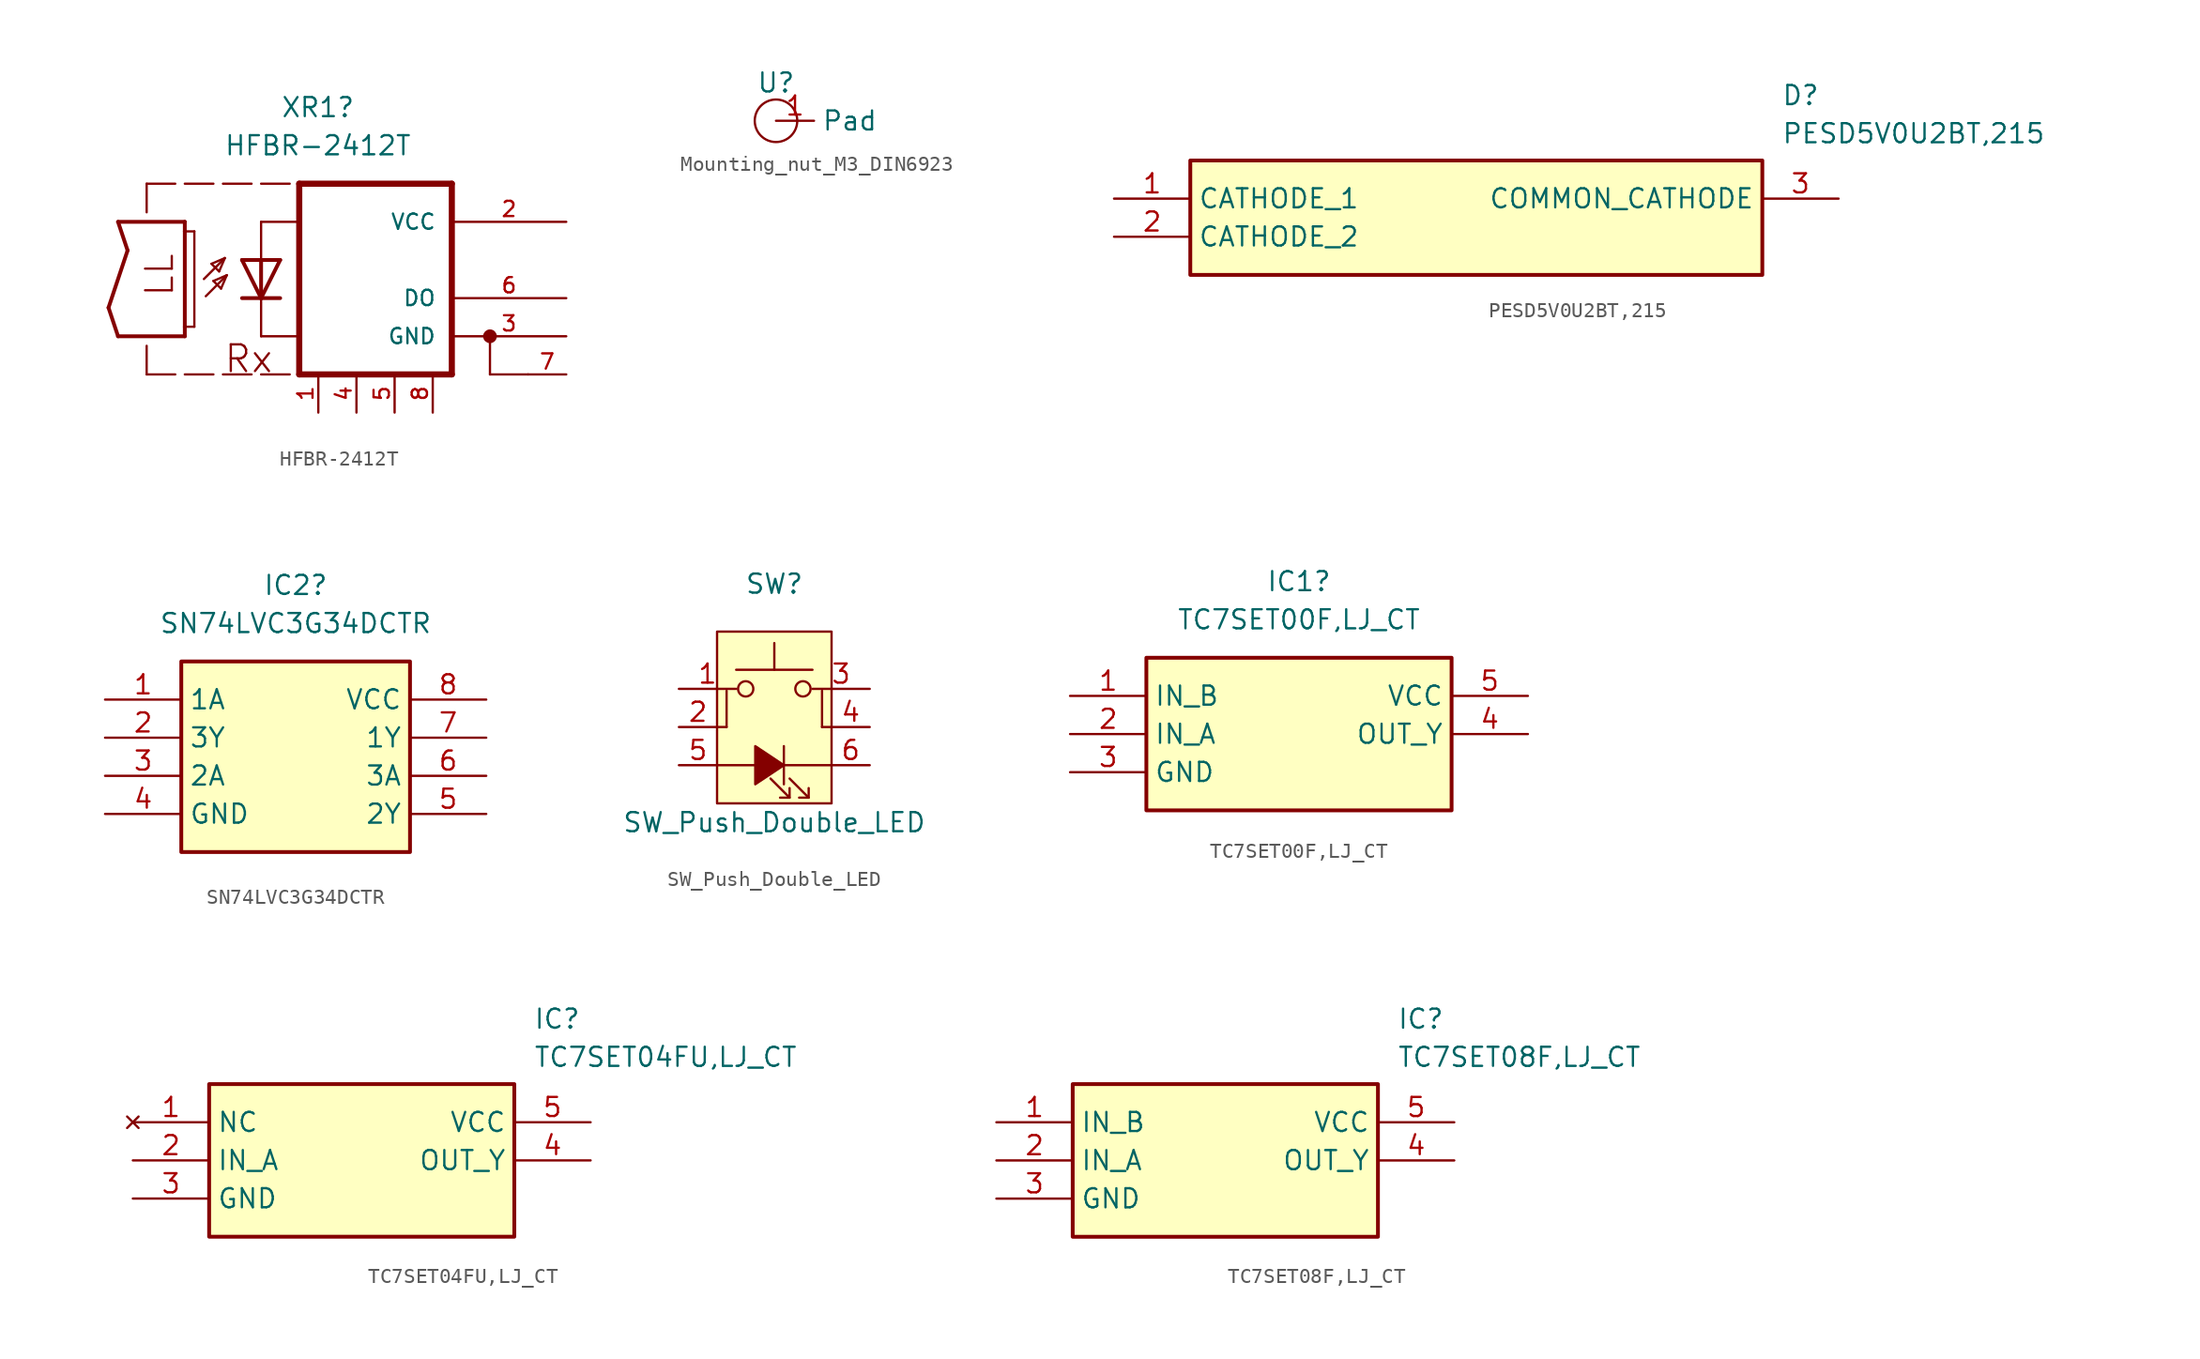
<source format=kicad_sym>
(kicad_symbol_lib
  (version 20231120)
  (generator "kicad_symbol_editor")
  (generator_version "8.0")
  (symbol "HFBR-2412T"
    (pin_names
      (offset 1.016))
    (property "Reference" "XR1"
      (at 3.785 12.7 0)
      (effects (font (size 1.27 1.27))))
    (property "Value" "HFBR-2412T"
      (at 3.785 10.16 0)
      (effects (font (size 1.27 1.27))))
    (symbol "HFBR-2412T_0_0"
      (polyline (pts (xy -10.16 -0.635) (xy -8.89 3.175)) (stroke (width 0.254) (type default)) (fill (type none)))
      (polyline (pts (xy -9.525 -2.54) (xy -10.16 -0.635)) (stroke (width 0.254) (type default)) (fill (type none)))
      (polyline (pts (xy -9.525 5.08) (xy -5.08 5.08)) (stroke (width 0.254) (type default)) (fill (type none)))
      (polyline (pts (xy -8.89 3.175) (xy -9.525 5.08)) (stroke (width 0.254) (type default)) (fill (type none)))
      (polyline (pts (xy -7.62 -5.08) (xy -5.715 -5.08)) (stroke (width 0.152) (type default)) (fill (type none)))
      (polyline (pts (xy -7.62 -3.175) (xy -7.62 -5.08)) (stroke (width 0.152) (type default)) (fill (type none)))
      (polyline (pts (xy -7.62 5.715) (xy -7.62 7.62)) (stroke (width 0.152) (type default)) (fill (type none)))
      (polyline (pts (xy -7.62 7.62) (xy -5.715 7.62)) (stroke (width 0.152) (type default)) (fill (type none)))
      (polyline (pts (xy -5.08 -5.08) (xy -3.175 -5.08)) (stroke (width 0.152) (type default)) (fill (type none)))
      (polyline (pts (xy -5.08 -2.54) (xy -9.525 -2.54)) (stroke (width 0.254) (type default)) (fill (type none)))
      (polyline (pts (xy -5.08 -1.905) (xy -5.08 -2.54)) (stroke (width 0.254) (type default)) (fill (type none)))
      (polyline (pts (xy -5.08 4.445) (xy -5.08 -1.905)) (stroke (width 0.254) (type default)) (fill (type none)))
      (polyline (pts (xy -5.08 4.445) (xy -4.445 4.445)) (stroke (width 0.152) (type default)) (fill (type none)))
      (polyline (pts (xy -5.08 5.08) (xy -5.08 4.445)) (stroke (width 0.254) (type default)) (fill (type none)))
      (polyline (pts (xy -5.08 7.62) (xy -3.175 7.62)) (stroke (width 0.152) (type default)) (fill (type none)))
      (polyline (pts (xy -4.445 -1.905) (xy -5.08 -1.905)) (stroke (width 0.152) (type default)) (fill (type none)))
      (polyline (pts (xy -4.445 4.445) (xy -4.445 -1.905)) (stroke (width 0.152) (type default)) (fill (type none)))
      (polyline (pts (xy -3.81 1.27) (xy -2.413 2.667)) (stroke (width 0.152) (type default)) (fill (type none)))
      (polyline (pts (xy -3.683 0.127) (xy -2.286 1.524)) (stroke (width 0.152) (type default)) (fill (type none)))
      (polyline (pts (xy -3.302 2.286) (xy -2.794 1.778)) (stroke (width 0.152) (type default)) (fill (type none)))
      (polyline (pts (xy -3.175 1.143) (xy -2.667 0.635)) (stroke (width 0.152) (type default)) (fill (type none)))
      (polyline (pts (xy -2.794 1.778) (xy -2.413 2.667)) (stroke (width 0.152) (type default)) (fill (type none)))
      (polyline (pts (xy -2.667 0.635) (xy -2.286 1.524)) (stroke (width 0.152) (type default)) (fill (type none)))
      (polyline (pts (xy -2.54 -5.08) (xy -0.635 -5.08)) (stroke (width 0.152) (type default)) (fill (type none)))
      (polyline (pts (xy -2.54 7.62) (xy -0.635 7.62)) (stroke (width 0.152) (type default)) (fill (type none)))
      (polyline (pts (xy -2.413 2.667) (xy -3.302 2.286)) (stroke (width 0.152) (type default)) (fill (type none)))
      (polyline (pts (xy -2.286 1.524) (xy -3.175 1.143)) (stroke (width 0.152) (type default)) (fill (type none)))
      (polyline (pts (xy 0 -5.08) (xy 1.905 -5.08)) (stroke (width 0.152) (type default)) (fill (type none)))
      (polyline (pts (xy 0 -2.54) (xy 2.54 -2.54)) (stroke (width 0.152) (type default)) (fill (type none)))
      (polyline (pts (xy 0 0) (xy -1.27 0)) (stroke (width 0.254) (type default)) (fill (type none)))
      (polyline (pts (xy 0 0) (xy -1.27 2.54)) (stroke (width 0.254) (type default)) (fill (type none)))
      (polyline (pts (xy 0 0) (xy 0 -2.54)) (stroke (width 0.152) (type default)) (fill (type none)))
      (polyline (pts (xy 0 2.54) (xy -1.27 2.54)) (stroke (width 0.254) (type default)) (fill (type none)))
      (polyline (pts (xy 0 2.54) (xy 0 0)) (stroke (width 0.254) (type default)) (fill (type none)))
      (polyline (pts (xy 0 5.08) (xy 0 2.54)) (stroke (width 0.152) (type default)) (fill (type none)))
      (polyline (pts (xy 0 5.08) (xy 2.54 5.08)) (stroke (width 0.152) (type default)) (fill (type none)))
      (polyline (pts (xy 0 7.62) (xy 1.905 7.62)) (stroke (width 0.152) (type default)) (fill (type none)))
      (polyline (pts (xy 1.27 0) (xy 0 0)) (stroke (width 0.254) (type default)) (fill (type none)))
      (polyline (pts (xy 1.27 2.54) (xy 0 0)) (stroke (width 0.254) (type default)) (fill (type none)))
      (polyline (pts (xy 1.27 2.54) (xy 0 2.54)) (stroke (width 0.254) (type default)) (fill (type none)))
      (polyline (pts (xy 2.54 -5.08) (xy 12.7 -5.08)) (stroke (width 0.406) (type default)) (fill (type none)))
      (polyline (pts (xy 2.54 7.62) (xy 2.54 -5.08)) (stroke (width 0.406) (type default)) (fill (type none)))
      (polyline (pts (xy 12.7 -5.08) (xy 12.7 7.62)) (stroke (width 0.406) (type default)) (fill (type none)))
      (polyline (pts (xy 12.7 7.62) (xy 2.54 7.62)) (stroke (width 0.406) (type default)) (fill (type none)))
      (polyline (pts (xy 15.24 -5.08) (xy 15.24 -2.54)) (stroke (width 0.152) (type default)) (fill (type none)))
      (polyline (pts (xy 17.78 -5.08) (xy 15.24 -5.08)) (stroke (width 0.152) (type default)) (fill (type none)))
      (circle (center 15.24 -2.54) (radius 0.254) (stroke (width 0.406) (type default)) (fill (type none)))
      (text "LL" (at -5.721 0 900) (effects (font (size 1.78 1.78)) (justify left bottom)))
      (text "Rx" (at -2.54 -5.081 0) (effects (font (size 1.778 1.778)) (justify left bottom)))
      (pin passive line (at 20.32 0 180) (length 7.62) (name "DO" (effects (font (size 1.016 1.016)))) (number "6" (effects (font (size 1.016 1.016))))))
    (symbol "HFBR-2412T_1_0"
      (pin free line (at 3.81 -7.62 90) (length 2.54) (name "" (effects (font (size 1.016 1.016)))) (number "1" (effects (font (size 1.016 1.016)))))
      (pin power_in line (at 20.32 5.08 180) (length 7.62) (name "VCC" (effects (font (size 1.016 1.016)))) (number "2" (effects (font (size 1.016 1.016)))))
      (pin power_out line (at 20.32 -2.54 180) (length 7.62) (name "GND" (effects (font (size 1.016 1.016)))) (number "3" (effects (font (size 1.016 1.016)))))
      (pin free line (at 6.35 -7.62 90) (length 2.54) (name "" (effects (font (size 1.016 1.016)))) (number "4" (effects (font (size 1.016 1.016)))))
      (pin free line (at 8.89 -7.62 90) (length 2.54) (name "" (effects (font (size 1.016 1.016)))) (number "5" (effects (font (size 1.016 1.016)))))
      (pin power_out line (at 20.32 -5.08 180) (length 2.54) (name "~" (effects (font (size 1.016 1.016)))) (number "7" (effects (font (size 1.016 1.016)))))
      (pin free line (at 11.43 -7.62 90) (length 2.54) (name "" (effects (font (size 1.016 1.016)))) (number "8" (effects (font (size 1.016 1.016)))))))
  (symbol "Mounting_nut_M3_DIN6923"
    (property "Reference" "U"
      (at 0 2.54 0)
      (effects (font (size 1.27 1.27))))
    (property "Value" ""
      (at 0 0 0)
      (effects (font (size 1.27 1.27))))
    (symbol "Mounting_nut_M3_DIN6923_0_1"
      (circle (center 0 0) (radius 1.42) (stroke (width 0) (type default)) (fill (type none))))
    (symbol "Mounting_nut_M3_DIN6923_1_1"
      (pin input line (at 0 0 0) (length 2.54) (name "Pad" (effects (font (size 1.27 1.27)))) (number "1" (effects (font (size 1.27 1.27)))))))
  (symbol "PESD5V0U2BT,215"
    (property "Reference" "D"
      (at 44.45 7.62 0)
      (effects (font (size 1.27 1.27)) (justify left top)))
    (property "Value" "PESD5V0U2BT,215"
      (at 44.45 5.08 0)
      (effects (font (size 1.27 1.27)) (justify left top)))
    (symbol "PESD5V0U2BT,215_1_1"
      (rectangle (start 5.08 2.54) (end 43.18 -5.08) (stroke (width 0.254) (type default)) (fill (type background)))
      (pin passive line (at 0 0 0) (length 5.08) (name "CATHODE_1" (effects (font (size 1.27 1.27)))) (number "1" (effects (font (size 1.27 1.27)))))
      (pin passive line (at 0 -2.54 0) (length 5.08) (name "CATHODE_2" (effects (font (size 1.27 1.27)))) (number "2" (effects (font (size 1.27 1.27)))))
      (pin passive line (at 48.26 0 180) (length 5.08) (name "COMMON_CATHODE" (effects (font (size 1.27 1.27)))) (number "3" (effects (font (size 1.27 1.27)))))))
  (symbol "SN74LVC3G34DCTR"
    (property "Reference" "IC2"
      (at 12.7 7.62 0)
      (effects (font (size 1.27 1.27))))
    (property "Value" "SN74LVC3G34DCTR"
      (at 12.7 5.08 0)
      (effects (font (size 1.27 1.27))))
    (symbol "SN74LVC3G34DCTR_1_1"
      (rectangle (start 5.08 2.54) (end 20.32 -10.16) (stroke (width 0.254) (type default)) (fill (type background)))
      (pin passive line (at 0 0 0) (length 5.08) (name "1A" (effects (font (size 1.27 1.27)))) (number "1" (effects (font (size 1.27 1.27)))))
      (pin passive line (at 0 -2.54 0) (length 5.08) (name "3Y" (effects (font (size 1.27 1.27)))) (number "2" (effects (font (size 1.27 1.27)))))
      (pin passive line (at 0 -5.08 0) (length 5.08) (name "2A" (effects (font (size 1.27 1.27)))) (number "3" (effects (font (size 1.27 1.27)))))
      (pin passive line (at 0 -7.62 0) (length 5.08) (name "GND" (effects (font (size 1.27 1.27)))) (number "4" (effects (font (size 1.27 1.27)))))
      (pin passive line (at 25.4 -7.62 180) (length 5.08) (name "2Y" (effects (font (size 1.27 1.27)))) (number "5" (effects (font (size 1.27 1.27)))))
      (pin passive line (at 25.4 -5.08 180) (length 5.08) (name "3A" (effects (font (size 1.27 1.27)))) (number "6" (effects (font (size 1.27 1.27)))))
      (pin passive line (at 25.4 -2.54 180) (length 5.08) (name "1Y" (effects (font (size 1.27 1.27)))) (number "7" (effects (font (size 1.27 1.27)))))
      (pin passive line (at 25.4 0 180) (length 5.08) (name "VCC" (effects (font (size 1.27 1.27)))) (number "8" (effects (font (size 1.27 1.27)))))))
  (symbol "SW_Push_Double_LED"
    (pin_names
      (offset 1.016) hide)
    (property "Reference" "SW"
      (at 0 12.065 0)
      (effects (font (size 1.27 1.27))))
    (property "Value" "SW_Push_Double_LED"
      (at 0 -3.81 0)
      (effects (font (size 1.27 1.27))))
    (symbol "SW_Push_Double_LED_0_0"
      (polyline (pts (xy -3.81 0) (xy 3.81 0)) (stroke (width 0) (type default)) (fill (type none)))
      (polyline (pts (xy 0.635 1.27) (xy 0.635 -1.27)) (stroke (width 0) (type default)) (fill (type none)))
      (polyline (pts (xy 1.016 -2.159) (xy -0.254 -0.889)) (stroke (width 0) (type default)) (fill (type none)))
      (polyline (pts (xy 2.286 -2.159) (xy 1.016 -0.889)) (stroke (width 0) (type default)) (fill (type none)))
      (polyline (pts (xy 1.016 -1.524) (xy 1.016 -2.159) (xy 0.381 -2.159)) (stroke (width 0) (type default)) (fill (type none)))
      (polyline (pts (xy 2.286 -1.524) (xy 2.286 -2.159) (xy 1.651 -2.159)) (stroke (width 0) (type default)) (fill (type none)))
      (polyline (pts (xy 0.635 0) (xy -1.27 1.27) (xy -1.27 -1.27) (xy 0.635 0)) (stroke (width 0) (type default)) (fill (type outline))))
    (symbol "SW_Push_Double_LED_0_1"
      (circle (center -1.905 5.08) (radius 0.508) (stroke (width 0) (type default)) (fill (type none)))
      (polyline (pts (xy -3.81 2.54) (xy -3.175 2.54)) (stroke (width 0) (type default)) (fill (type none)))
      (polyline (pts (xy -3.175 2.54) (xy -3.175 4.953)) (stroke (width 0) (type default)) (fill (type none)))
      (polyline (pts (xy 0 6.35) (xy 0 8.128)) (stroke (width 0) (type default)) (fill (type none)))
      (polyline (pts (xy 2.54 6.35) (xy -2.54 6.35)) (stroke (width 0) (type default)) (fill (type none)))
      (polyline (pts (xy 3.175 2.54) (xy 3.175 4.953)) (stroke (width 0) (type default)) (fill (type none)))
      (polyline (pts (xy 3.175 2.54) (xy 3.81 2.54)) (stroke (width 0) (type default)) (fill (type none)))
      (circle (center 1.905 5.08) (radius 0.508) (stroke (width 0) (type default)) (fill (type none))))
    (symbol "SW_Push_Double_LED_1_1"
      (rectangle (start -3.81 8.89) (end 3.81 -2.54) (stroke (width 0) (type default)) (fill (type background)))
      (pin passive line (at -6.35 5.08 0) (length 3.81) (name "1" (effects (font (size 1.27 1.27)))) (number "1" (effects (font (size 1.27 1.27)))))
      (pin passive line (at -6.35 2.54 0) (length 2.54) (name "2" (effects (font (size 1.27 1.27)))) (number "2" (effects (font (size 1.27 1.27)))))
      (pin passive line (at 6.35 5.08 180) (length 3.81) (name "3" (effects (font (size 1.27 1.27)))) (number "3" (effects (font (size 1.27 1.27)))))
      (pin passive line (at 6.35 2.54 180) (length 2.54) (name "4" (effects (font (size 1.27 1.27)))) (number "4" (effects (font (size 1.27 1.27)))))
      (pin passive line (at -6.35 0 0) (length 2.54) (name "L1" (effects (font (size 1.27 1.27)))) (number "5" (effects (font (size 1.27 1.27)))))
      (pin passive line (at 6.35 0 180) (length 2.54) (name "L2" (effects (font (size 1.27 1.27)))) (number "6" (effects (font (size 1.27 1.27)))))))
  (symbol "TC7SET00F,LJ_CT"
    (property "Reference" "IC1"
      (at 15.24 7.62 0)
      (effects (font (size 1.27 1.27))))
    (property "Value" "TC7SET00F,LJ_CT"
      (at 15.24 5.08 0)
      (effects (font (size 1.27 1.27))))
    (symbol "TC7SET00F,LJ_CT_1_1"
      (rectangle (start 5.08 2.54) (end 25.4 -7.62) (stroke (width 0.254) (type default)) (fill (type background)))
      (pin passive line (at 0 0 0) (length 5.08) (name "IN_B" (effects (font (size 1.27 1.27)))) (number "1" (effects (font (size 1.27 1.27)))))
      (pin passive line (at 0 -2.54 0) (length 5.08) (name "IN_A" (effects (font (size 1.27 1.27)))) (number "2" (effects (font (size 1.27 1.27)))))
      (pin passive line (at 0 -5.08 0) (length 5.08) (name "GND" (effects (font (size 1.27 1.27)))) (number "3" (effects (font (size 1.27 1.27)))))
      (pin passive line (at 30.48 -2.54 180) (length 5.08) (name "OUT_Y" (effects (font (size 1.27 1.27)))) (number "4" (effects (font (size 1.27 1.27)))))
      (pin passive line (at 30.48 0 180) (length 5.08) (name "VCC" (effects (font (size 1.27 1.27)))) (number "5" (effects (font (size 1.27 1.27)))))))
  (symbol "TC7SET04FU,LJ_CT"
    (property "Reference" "IC"
      (at 26.67 7.62 0)
      (effects (font (size 1.27 1.27)) (justify left top)))
    (property "Value" "TC7SET04FU,LJ_CT"
      (at 26.67 5.08 0)
      (effects (font (size 1.27 1.27)) (justify left top)))
    (symbol "TC7SET04FU,LJ_CT_1_1"
      (rectangle (start 5.08 2.54) (end 25.4 -7.62) (stroke (width 0.254) (type default)) (fill (type background)))
      (pin no_connect line (at 0 0 0) (length 5.08) (name "NC" (effects (font (size 1.27 1.27)))) (number "1" (effects (font (size 1.27 1.27)))))
      (pin passive line (at 0 -2.54 0) (length 5.08) (name "IN_A" (effects (font (size 1.27 1.27)))) (number "2" (effects (font (size 1.27 1.27)))))
      (pin passive line (at 0 -5.08 0) (length 5.08) (name "GND" (effects (font (size 1.27 1.27)))) (number "3" (effects (font (size 1.27 1.27)))))
      (pin passive line (at 30.48 -2.54 180) (length 5.08) (name "OUT_Y" (effects (font (size 1.27 1.27)))) (number "4" (effects (font (size 1.27 1.27)))))
      (pin passive line (at 30.48 0 180) (length 5.08) (name "VCC" (effects (font (size 1.27 1.27)))) (number "5" (effects (font (size 1.27 1.27)))))))
  (symbol "TC7SET08F,LJ_CT"
    (property "Reference" "IC"
      (at 26.67 7.62 0)
      (effects (font (size 1.27 1.27)) (justify left top)))
    (property "Value" "TC7SET08F,LJ_CT"
      (at 26.67 5.08 0)
      (effects (font (size 1.27 1.27)) (justify left top)))
    (symbol "TC7SET08F,LJ_CT_1_1"
      (rectangle (start 5.08 2.54) (end 25.4 -7.62) (stroke (width 0.254) (type default)) (fill (type background)))
      (pin passive line (at 0 0 0) (length 5.08) (name "IN_B" (effects (font (size 1.27 1.27)))) (number "1" (effects (font (size 1.27 1.27)))))
      (pin passive line (at 0 -2.54 0) (length 5.08) (name "IN_A" (effects (font (size 1.27 1.27)))) (number "2" (effects (font (size 1.27 1.27)))))
      (pin passive line (at 0 -5.08 0) (length 5.08) (name "GND" (effects (font (size 1.27 1.27)))) (number "3" (effects (font (size 1.27 1.27)))))
      (pin passive line (at 30.48 -2.54 180) (length 5.08) (name "OUT_Y" (effects (font (size 1.27 1.27)))) (number "4" (effects (font (size 1.27 1.27)))))
      (pin passive line (at 30.48 0 180) (length 5.08) (name "VCC" (effects (font (size 1.27 1.27)))) (number "5" (effects (font (size 1.27 1.27))))))))
</source>
